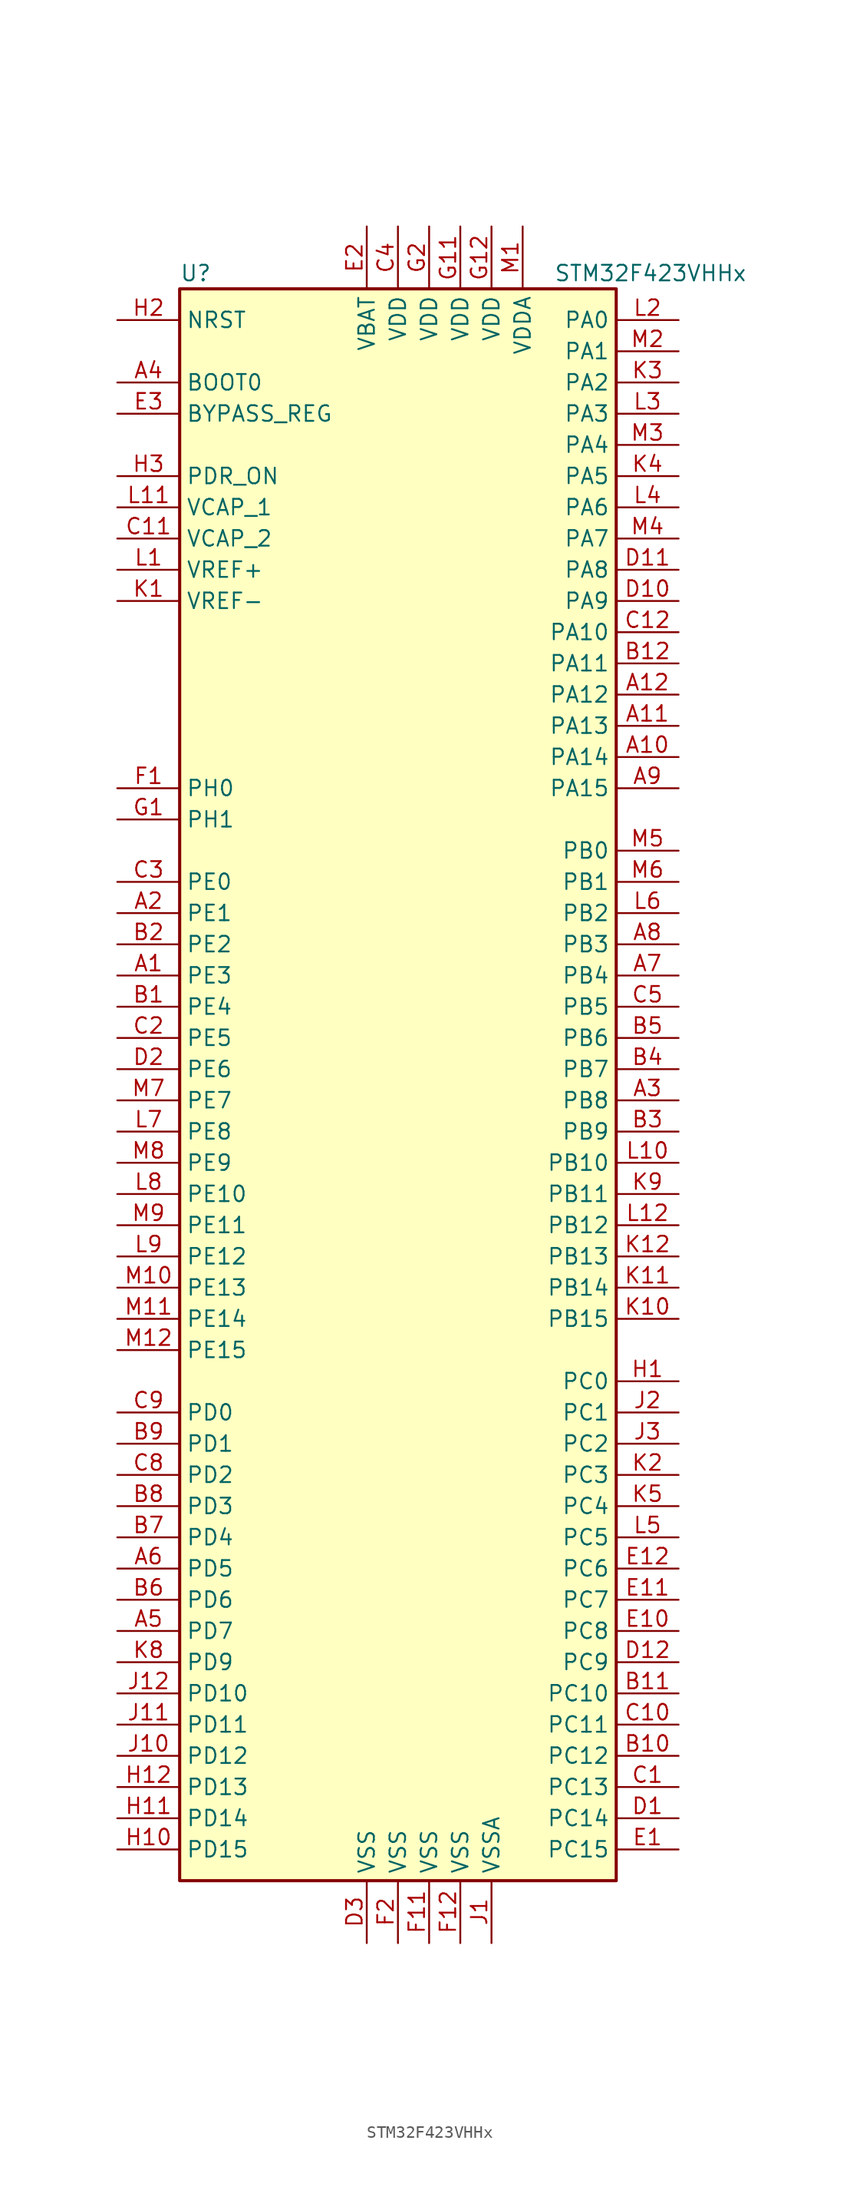
<source format=kicad_sym>
(kicad_symbol_lib
  (version 20201005)
  (generator kicad_symbol_editor)
  (symbol "MCU_ST_STM32F4:STM32F423VHHx"
    (property "Reference" "U"
      (at -17.78 64.77 0)
      (effects (font (size 1.27 1.27)) (justify left)))
    (property "Value" "STM32F423VHHx"
      (at 12.7 64.77 0)
      (effects (font (size 1.27 1.27)) (justify left)))
    (symbol "STM32F423VHHx_0_1"
      (rectangle (start -17.78 -66.04) (end 17.78 63.5) (stroke (width 0.254)) (fill (type background))))
    (symbol "STM32F423VHHx_1_1"
      (pin input line (at -22.86 55.88 0) (length 5.08) (name "BOOT0" (effects (font (size 1.27 1.27)))) (number "A4" (effects (font (size 1.27 1.27)))))
      (pin input line (at -22.86 53.34 0) (length 5.08) (name "BYPASS_REG" (effects (font (size 1.27 1.27)))) (number "E3" (effects (font (size 1.27 1.27)))))
      (pin input line (at -22.86 60.96 0) (length 5.08) (name "NRST" (effects (font (size 1.27 1.27)))) (number "H2" (effects (font (size 1.27 1.27)))))
      (pin bidirectional line (at 22.86 60.96 180) (length 5.08) (name "PA0" (effects (font (size 1.27 1.27)))) (number "L2" (effects (font (size 1.27 1.27)))))
      (pin bidirectional line (at 22.86 58.42 180) (length 5.08) (name "PA1" (effects (font (size 1.27 1.27)))) (number "M2" (effects (font (size 1.27 1.27)))))
      (pin bidirectional line (at 22.86 35.56 180) (length 5.08) (name "PA10" (effects (font (size 1.27 1.27)))) (number "C12" (effects (font (size 1.27 1.27)))))
      (pin bidirectional line (at 22.86 33.02 180) (length 5.08) (name "PA11" (effects (font (size 1.27 1.27)))) (number "B12" (effects (font (size 1.27 1.27)))))
      (pin bidirectional line (at 22.86 30.48 180) (length 5.08) (name "PA12" (effects (font (size 1.27 1.27)))) (number "A12" (effects (font (size 1.27 1.27)))))
      (pin bidirectional line (at 22.86 27.94 180) (length 5.08) (name "PA13" (effects (font (size 1.27 1.27)))) (number "A11" (effects (font (size 1.27 1.27)))))
      (pin bidirectional line (at 22.86 25.4 180) (length 5.08) (name "PA14" (effects (font (size 1.27 1.27)))) (number "A10" (effects (font (size 1.27 1.27)))))
      (pin bidirectional line (at 22.86 22.86 180) (length 5.08) (name "PA15" (effects (font (size 1.27 1.27)))) (number "A9" (effects (font (size 1.27 1.27)))))
      (pin bidirectional line (at 22.86 55.88 180) (length 5.08) (name "PA2" (effects (font (size 1.27 1.27)))) (number "K3" (effects (font (size 1.27 1.27)))))
      (pin bidirectional line (at 22.86 53.34 180) (length 5.08) (name "PA3" (effects (font (size 1.27 1.27)))) (number "L3" (effects (font (size 1.27 1.27)))))
      (pin bidirectional line (at 22.86 50.8 180) (length 5.08) (name "PA4" (effects (font (size 1.27 1.27)))) (number "M3" (effects (font (size 1.27 1.27)))))
      (pin bidirectional line (at 22.86 48.26 180) (length 5.08) (name "PA5" (effects (font (size 1.27 1.27)))) (number "K4" (effects (font (size 1.27 1.27)))))
      (pin bidirectional line (at 22.86 45.72 180) (length 5.08) (name "PA6" (effects (font (size 1.27 1.27)))) (number "L4" (effects (font (size 1.27 1.27)))))
      (pin bidirectional line (at 22.86 43.18 180) (length 5.08) (name "PA7" (effects (font (size 1.27 1.27)))) (number "M4" (effects (font (size 1.27 1.27)))))
      (pin bidirectional line (at 22.86 40.64 180) (length 5.08) (name "PA8" (effects (font (size 1.27 1.27)))) (number "D11" (effects (font (size 1.27 1.27)))))
      (pin bidirectional line (at 22.86 38.1 180) (length 5.08) (name "PA9" (effects (font (size 1.27 1.27)))) (number "D10" (effects (font (size 1.27 1.27)))))
      (pin bidirectional line (at 22.86 17.78 180) (length 5.08) (name "PB0" (effects (font (size 1.27 1.27)))) (number "M5" (effects (font (size 1.27 1.27)))))
      (pin bidirectional line (at 22.86 15.24 180) (length 5.08) (name "PB1" (effects (font (size 1.27 1.27)))) (number "M6" (effects (font (size 1.27 1.27)))))
      (pin bidirectional line (at 22.86 -7.62 180) (length 5.08) (name "PB10" (effects (font (size 1.27 1.27)))) (number "L10" (effects (font (size 1.27 1.27)))))
      (pin bidirectional line (at 22.86 -10.16 180) (length 5.08) (name "PB11" (effects (font (size 1.27 1.27)))) (number "K9" (effects (font (size 1.27 1.27)))))
      (pin bidirectional line (at 22.86 -12.7 180) (length 5.08) (name "PB12" (effects (font (size 1.27 1.27)))) (number "L12" (effects (font (size 1.27 1.27)))))
      (pin bidirectional line (at 22.86 -15.24 180) (length 5.08) (name "PB13" (effects (font (size 1.27 1.27)))) (number "K12" (effects (font (size 1.27 1.27)))))
      (pin bidirectional line (at 22.86 -17.78 180) (length 5.08) (name "PB14" (effects (font (size 1.27 1.27)))) (number "K11" (effects (font (size 1.27 1.27)))))
      (pin bidirectional line (at 22.86 -20.32 180) (length 5.08) (name "PB15" (effects (font (size 1.27 1.27)))) (number "K10" (effects (font (size 1.27 1.27)))))
      (pin bidirectional line (at 22.86 12.7 180) (length 5.08) (name "PB2" (effects (font (size 1.27 1.27)))) (number "L6" (effects (font (size 1.27 1.27)))))
      (pin bidirectional line (at 22.86 10.16 180) (length 5.08) (name "PB3" (effects (font (size 1.27 1.27)))) (number "A8" (effects (font (size 1.27 1.27)))))
      (pin bidirectional line (at 22.86 7.62 180) (length 5.08) (name "PB4" (effects (font (size 1.27 1.27)))) (number "A7" (effects (font (size 1.27 1.27)))))
      (pin bidirectional line (at 22.86 5.08 180) (length 5.08) (name "PB5" (effects (font (size 1.27 1.27)))) (number "C5" (effects (font (size 1.27 1.27)))))
      (pin bidirectional line (at 22.86 2.54 180) (length 5.08) (name "PB6" (effects (font (size 1.27 1.27)))) (number "B5" (effects (font (size 1.27 1.27)))))
      (pin bidirectional line (at 22.86 0 180) (length 5.08) (name "PB7" (effects (font (size 1.27 1.27)))) (number "B4" (effects (font (size 1.27 1.27)))))
      (pin bidirectional line (at 22.86 -2.54 180) (length 5.08) (name "PB8" (effects (font (size 1.27 1.27)))) (number "A3" (effects (font (size 1.27 1.27)))))
      (pin bidirectional line (at 22.86 -5.08 180) (length 5.08) (name "PB9" (effects (font (size 1.27 1.27)))) (number "B3" (effects (font (size 1.27 1.27)))))
      (pin bidirectional line (at 22.86 -25.4 180) (length 5.08) (name "PC0" (effects (font (size 1.27 1.27)))) (number "H1" (effects (font (size 1.27 1.27)))))
      (pin bidirectional line (at 22.86 -27.94 180) (length 5.08) (name "PC1" (effects (font (size 1.27 1.27)))) (number "J2" (effects (font (size 1.27 1.27)))))
      (pin bidirectional line (at 22.86 -50.8 180) (length 5.08) (name "PC10" (effects (font (size 1.27 1.27)))) (number "B11" (effects (font (size 1.27 1.27)))))
      (pin bidirectional line (at 22.86 -53.34 180) (length 5.08) (name "PC11" (effects (font (size 1.27 1.27)))) (number "C10" (effects (font (size 1.27 1.27)))))
      (pin bidirectional line (at 22.86 -55.88 180) (length 5.08) (name "PC12" (effects (font (size 1.27 1.27)))) (number "B10" (effects (font (size 1.27 1.27)))))
      (pin bidirectional line (at 22.86 -58.42 180) (length 5.08) (name "PC13" (effects (font (size 1.27 1.27)))) (number "C1" (effects (font (size 1.27 1.27)))))
      (pin bidirectional line (at 22.86 -60.96 180) (length 5.08) (name "PC14" (effects (font (size 1.27 1.27)))) (number "D1" (effects (font (size 1.27 1.27)))))
      (pin bidirectional line (at 22.86 -63.5 180) (length 5.08) (name "PC15" (effects (font (size 1.27 1.27)))) (number "E1" (effects (font (size 1.27 1.27)))))
      (pin bidirectional line (at 22.86 -30.48 180) (length 5.08) (name "PC2" (effects (font (size 1.27 1.27)))) (number "J3" (effects (font (size 1.27 1.27)))))
      (pin bidirectional line (at 22.86 -33.02 180) (length 5.08) (name "PC3" (effects (font (size 1.27 1.27)))) (number "K2" (effects (font (size 1.27 1.27)))))
      (pin bidirectional line (at 22.86 -35.56 180) (length 5.08) (name "PC4" (effects (font (size 1.27 1.27)))) (number "K5" (effects (font (size 1.27 1.27)))))
      (pin bidirectional line (at 22.86 -38.1 180) (length 5.08) (name "PC5" (effects (font (size 1.27 1.27)))) (number "L5" (effects (font (size 1.27 1.27)))))
      (pin bidirectional line (at 22.86 -40.64 180) (length 5.08) (name "PC6" (effects (font (size 1.27 1.27)))) (number "E12" (effects (font (size 1.27 1.27)))))
      (pin bidirectional line (at 22.86 -43.18 180) (length 5.08) (name "PC7" (effects (font (size 1.27 1.27)))) (number "E11" (effects (font (size 1.27 1.27)))))
      (pin bidirectional line (at 22.86 -45.72 180) (length 5.08) (name "PC8" (effects (font (size 1.27 1.27)))) (number "E10" (effects (font (size 1.27 1.27)))))
      (pin bidirectional line (at 22.86 -48.26 180) (length 5.08) (name "PC9" (effects (font (size 1.27 1.27)))) (number "D12" (effects (font (size 1.27 1.27)))))
      (pin bidirectional line (at -22.86 -27.94 0) (length 5.08) (name "PD0" (effects (font (size 1.27 1.27)))) (number "C9" (effects (font (size 1.27 1.27)))))
      (pin bidirectional line (at -22.86 -30.48 0) (length 5.08) (name "PD1" (effects (font (size 1.27 1.27)))) (number "B9" (effects (font (size 1.27 1.27)))))
      (pin bidirectional line (at -22.86 -50.8 0) (length 5.08) (name "PD10" (effects (font (size 1.27 1.27)))) (number "J12" (effects (font (size 1.27 1.27)))))
      (pin bidirectional line (at -22.86 -53.34 0) (length 5.08) (name "PD11" (effects (font (size 1.27 1.27)))) (number "J11" (effects (font (size 1.27 1.27)))))
      (pin bidirectional line (at -22.86 -55.88 0) (length 5.08) (name "PD12" (effects (font (size 1.27 1.27)))) (number "J10" (effects (font (size 1.27 1.27)))))
      (pin bidirectional line (at -22.86 -58.42 0) (length 5.08) (name "PD13" (effects (font (size 1.27 1.27)))) (number "H12" (effects (font (size 1.27 1.27)))))
      (pin bidirectional line (at -22.86 -60.96 0) (length 5.08) (name "PD14" (effects (font (size 1.27 1.27)))) (number "H11" (effects (font (size 1.27 1.27)))))
      (pin bidirectional line (at -22.86 -63.5 0) (length 5.08) (name "PD15" (effects (font (size 1.27 1.27)))) (number "H10" (effects (font (size 1.27 1.27)))))
      (pin bidirectional line (at -22.86 -33.02 0) (length 5.08) (name "PD2" (effects (font (size 1.27 1.27)))) (number "C8" (effects (font (size 1.27 1.27)))))
      (pin bidirectional line (at -22.86 -35.56 0) (length 5.08) (name "PD3" (effects (font (size 1.27 1.27)))) (number "B8" (effects (font (size 1.27 1.27)))))
      (pin bidirectional line (at -22.86 -38.1 0) (length 5.08) (name "PD4" (effects (font (size 1.27 1.27)))) (number "B7" (effects (font (size 1.27 1.27)))))
      (pin bidirectional line (at -22.86 -40.64 0) (length 5.08) (name "PD5" (effects (font (size 1.27 1.27)))) (number "A6" (effects (font (size 1.27 1.27)))))
      (pin bidirectional line (at -22.86 -43.18 0) (length 5.08) (name "PD6" (effects (font (size 1.27 1.27)))) (number "B6" (effects (font (size 1.27 1.27)))))
      (pin bidirectional line (at -22.86 -45.72 0) (length 5.08) (name "PD7" (effects (font (size 1.27 1.27)))) (number "A5" (effects (font (size 1.27 1.27)))))
      (pin bidirectional line (at -22.86 -48.26 0) (length 5.08) (name "PD9" (effects (font (size 1.27 1.27)))) (number "K8" (effects (font (size 1.27 1.27)))))
      (pin power_in line (at -22.86 48.26 0) (length 5.08) (name "PDR_ON" (effects (font (size 1.27 1.27)))) (number "H3" (effects (font (size 1.27 1.27)))))
      (pin bidirectional line (at -22.86 15.24 0) (length 5.08) (name "PE0" (effects (font (size 1.27 1.27)))) (number "C3" (effects (font (size 1.27 1.27)))))
      (pin bidirectional line (at -22.86 12.7 0) (length 5.08) (name "PE1" (effects (font (size 1.27 1.27)))) (number "A2" (effects (font (size 1.27 1.27)))))
      (pin bidirectional line (at -22.86 -10.16 0) (length 5.08) (name "PE10" (effects (font (size 1.27 1.27)))) (number "L8" (effects (font (size 1.27 1.27)))))
      (pin bidirectional line (at -22.86 -12.7 0) (length 5.08) (name "PE11" (effects (font (size 1.27 1.27)))) (number "M9" (effects (font (size 1.27 1.27)))))
      (pin bidirectional line (at -22.86 -15.24 0) (length 5.08) (name "PE12" (effects (font (size 1.27 1.27)))) (number "L9" (effects (font (size 1.27 1.27)))))
      (pin bidirectional line (at -22.86 -17.78 0) (length 5.08) (name "PE13" (effects (font (size 1.27 1.27)))) (number "M10" (effects (font (size 1.27 1.27)))))
      (pin bidirectional line (at -22.86 -20.32 0) (length 5.08) (name "PE14" (effects (font (size 1.27 1.27)))) (number "M11" (effects (font (size 1.27 1.27)))))
      (pin bidirectional line (at -22.86 -22.86 0) (length 5.08) (name "PE15" (effects (font (size 1.27 1.27)))) (number "M12" (effects (font (size 1.27 1.27)))))
      (pin bidirectional line (at -22.86 10.16 0) (length 5.08) (name "PE2" (effects (font (size 1.27 1.27)))) (number "B2" (effects (font (size 1.27 1.27)))))
      (pin bidirectional line (at -22.86 7.62 0) (length 5.08) (name "PE3" (effects (font (size 1.27 1.27)))) (number "A1" (effects (font (size 1.27 1.27)))))
      (pin bidirectional line (at -22.86 5.08 0) (length 5.08) (name "PE4" (effects (font (size 1.27 1.27)))) (number "B1" (effects (font (size 1.27 1.27)))))
      (pin bidirectional line (at -22.86 2.54 0) (length 5.08) (name "PE5" (effects (font (size 1.27 1.27)))) (number "C2" (effects (font (size 1.27 1.27)))))
      (pin bidirectional line (at -22.86 0 0) (length 5.08) (name "PE6" (effects (font (size 1.27 1.27)))) (number "D2" (effects (font (size 1.27 1.27)))))
      (pin bidirectional line (at -22.86 -2.54 0) (length 5.08) (name "PE7" (effects (font (size 1.27 1.27)))) (number "M7" (effects (font (size 1.27 1.27)))))
      (pin bidirectional line (at -22.86 -5.08 0) (length 5.08) (name "PE8" (effects (font (size 1.27 1.27)))) (number "L7" (effects (font (size 1.27 1.27)))))
      (pin bidirectional line (at -22.86 -7.62 0) (length 5.08) (name "PE9" (effects (font (size 1.27 1.27)))) (number "M8" (effects (font (size 1.27 1.27)))))
      (pin input line (at -22.86 22.86 0) (length 5.08) (name "PH0" (effects (font (size 1.27 1.27)))) (number "F1" (effects (font (size 1.27 1.27)))))
      (pin input line (at -22.86 20.32 0) (length 5.08) (name "PH1" (effects (font (size 1.27 1.27)))) (number "G1" (effects (font (size 1.27 1.27)))))
      (pin power_in line (at -2.54 68.58 270) (length 5.08) (name "VBAT" (effects (font (size 1.27 1.27)))) (number "E2" (effects (font (size 1.27 1.27)))))
      (pin power_in line (at -22.86 45.72 0) (length 5.08) (name "VCAP_1" (effects (font (size 1.27 1.27)))) (number "L11" (effects (font (size 1.27 1.27)))))
      (pin power_in line (at -22.86 43.18 0) (length 5.08) (name "VCAP_2" (effects (font (size 1.27 1.27)))) (number "C11" (effects (font (size 1.27 1.27)))))
      (pin power_in line (at 0 68.58 270) (length 5.08) (name "VDD" (effects (font (size 1.27 1.27)))) (number "C4" (effects (font (size 1.27 1.27)))))
      (pin power_in line (at 5.08 68.58 270) (length 5.08) (name "VDD" (effects (font (size 1.27 1.27)))) (number "G11" (effects (font (size 1.27 1.27)))))
      (pin power_in line (at 7.62 68.58 270) (length 5.08) (name "VDD" (effects (font (size 1.27 1.27)))) (number "G12" (effects (font (size 1.27 1.27)))))
      (pin power_in line (at 2.54 68.58 270) (length 5.08) (name "VDD" (effects (font (size 1.27 1.27)))) (number "G2" (effects (font (size 1.27 1.27)))))
      (pin power_in line (at 10.16 68.58 270) (length 5.08) (name "VDDA" (effects (font (size 1.27 1.27)))) (number "M1" (effects (font (size 1.27 1.27)))))
      (pin power_in line (at -22.86 40.64 0) (length 5.08) (name "VREF+" (effects (font (size 1.27 1.27)))) (number "L1" (effects (font (size 1.27 1.27)))))
      (pin power_in line (at -22.86 38.1 0) (length 5.08) (name "VREF-" (effects (font (size 1.27 1.27)))) (number "K1" (effects (font (size 1.27 1.27)))))
      (pin power_in line (at -2.54 -71.12 90) (length 5.08) (name "VSS" (effects (font (size 1.27 1.27)))) (number "D3" (effects (font (size 1.27 1.27)))))
      (pin power_in line (at 2.54 -71.12 90) (length 5.08) (name "VSS" (effects (font (size 1.27 1.27)))) (number "F11" (effects (font (size 1.27 1.27)))))
      (pin power_in line (at 5.08 -71.12 90) (length 5.08) (name "VSS" (effects (font (size 1.27 1.27)))) (number "F12" (effects (font (size 1.27 1.27)))))
      (pin power_in line (at 0 -71.12 90) (length 5.08) (name "VSS" (effects (font (size 1.27 1.27)))) (number "F2" (effects (font (size 1.27 1.27)))))
      (pin power_in line (at 7.62 -71.12 90) (length 5.08) (name "VSSA" (effects (font (size 1.27 1.27)))) (number "J1" (effects (font (size 1.27 1.27))))))))
</source>
